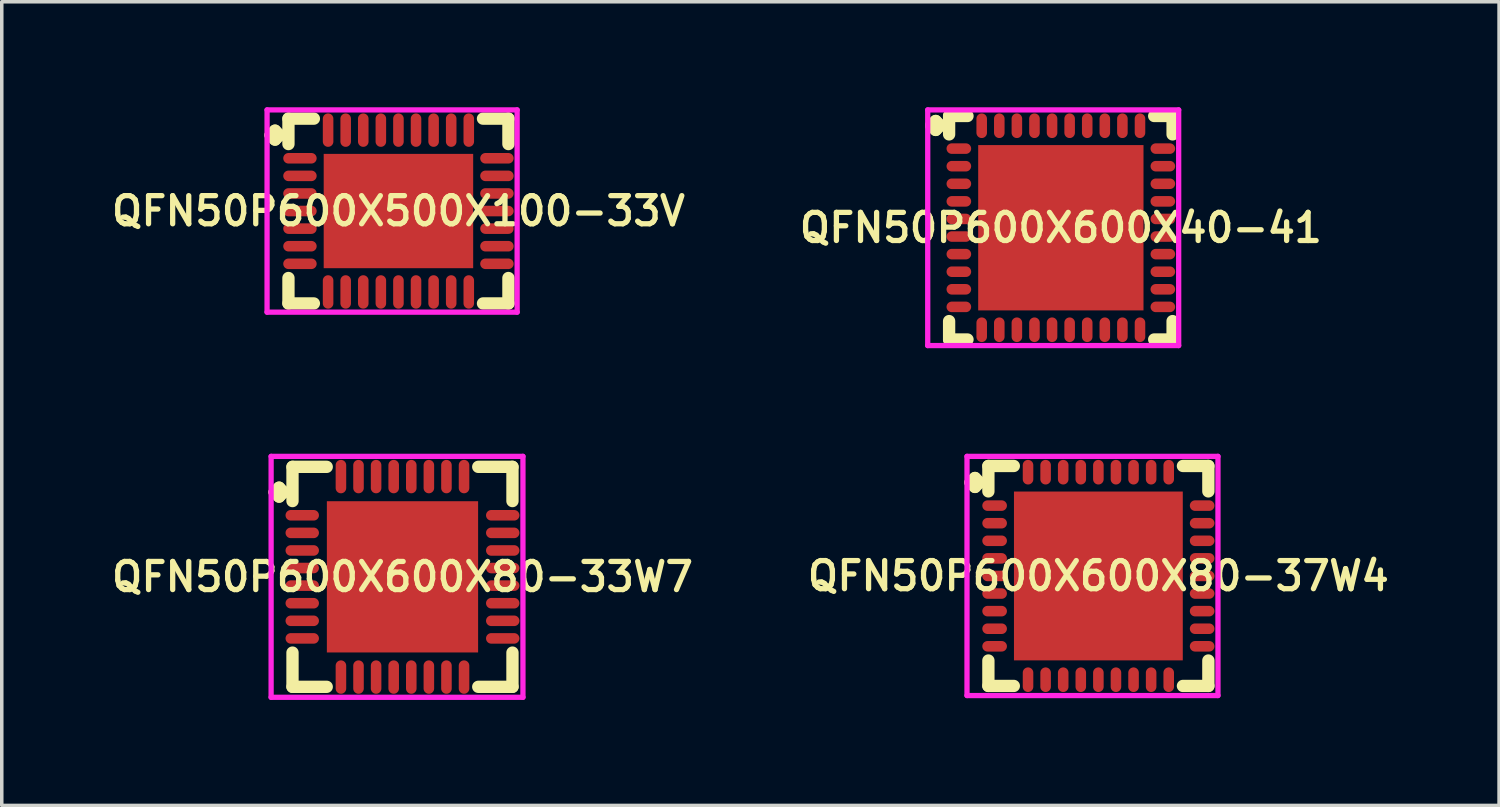
<source format=kicad_pcb>
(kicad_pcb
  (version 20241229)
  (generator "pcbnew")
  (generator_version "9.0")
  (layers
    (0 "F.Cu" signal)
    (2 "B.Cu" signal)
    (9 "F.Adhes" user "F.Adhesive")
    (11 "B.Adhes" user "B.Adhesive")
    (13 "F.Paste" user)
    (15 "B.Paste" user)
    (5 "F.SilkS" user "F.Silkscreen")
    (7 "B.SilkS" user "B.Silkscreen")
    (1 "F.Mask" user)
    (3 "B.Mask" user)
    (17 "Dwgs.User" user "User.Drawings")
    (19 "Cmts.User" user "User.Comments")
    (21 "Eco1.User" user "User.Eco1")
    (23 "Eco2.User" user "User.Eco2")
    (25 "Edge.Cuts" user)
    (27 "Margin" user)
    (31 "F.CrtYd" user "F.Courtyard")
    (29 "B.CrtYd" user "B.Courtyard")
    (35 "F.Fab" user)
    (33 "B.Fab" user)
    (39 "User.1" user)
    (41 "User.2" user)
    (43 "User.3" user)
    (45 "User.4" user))
  (footprint "QFN50P600X500X100-33V"
    (layer "F.Cu")
    (at 8.278 2.95)
    (property "Reference" "QFN50P600X500X100-33V" (at 0 0 0) (layer "F.SilkS") (effects (font (size 0.8 0.8) (thickness 0.15))))
    (attr smd)
    (fp_line (start -3.635 -2.158) (end -3.508 -2.285) (stroke (width 0.35) (type solid)) (layer "F.SilkS"))
    (fp_line (start -3.508 -2.285) (end -3.381 -2.158) (stroke (width 0.35) (type solid)) (layer "F.SilkS"))
    (fp_line (start -3.508 -2.031) (end -3.635 -2.158) (stroke (width 0.35) (type solid)) (layer "F.SilkS"))
    (fp_line (start -3.381 -2.158) (end -3.508 -2.031) (stroke (width 0.35) (type solid)) (layer "F.SilkS"))
    (fp_line (start -3.127 -2.627) (end -2.404 -2.627) (stroke (width 0.35) (type solid)) (layer "F.SilkS"))
    (fp_line (start -3.127 -1.904) (end -3.127 -2.627) (stroke (width 0.35) (type solid)) (layer "F.SilkS"))
    (fp_line (start -3.127 1.904) (end -3.127 2.627) (stroke (width 0.35) (type solid)) (layer "F.SilkS"))
    (fp_line (start -3.127 2.627) (end -2.404 2.627) (stroke (width 0.35) (type solid)) (layer "F.SilkS"))
    (fp_line (start 2.404 -2.627) (end 3.127 -2.627) (stroke (width 0.35) (type solid)) (layer "F.SilkS"))
    (fp_line (start 2.404 2.627) (end 3.127 2.627) (stroke (width 0.35) (type solid)) (layer "F.SilkS"))
    (fp_line (start 3.127 -2.627) (end 3.127 -1.904) (stroke (width 0.35) (type solid)) (layer "F.SilkS"))
    (fp_line (start 3.127 2.627) (end 3.127 1.904) (stroke (width 0.35) (type solid)) (layer "F.SilkS"))
    (fp_line (start -3.735 -2.875) (end 3.375 -2.875) (stroke (width 0.15) (type solid)) (layer "F.CrtYd"))
    (fp_line (start -3.735 2.875) (end -3.735 -2.875) (stroke (width 0.15) (type solid)) (layer "F.CrtYd"))
    (fp_line (start 3.375 -2.875) (end 3.375 2.875) (stroke (width 0.15) (type solid)) (layer "F.CrtYd"))
    (fp_line (start 3.375 2.875) (end -3.735 2.875) (stroke (width 0.15) (type solid)) (layer "F.CrtYd"))
    (pad "1" smd oval (at -2.8 -1.5) (size 0.95 0.3) (layers "F.Cu" "F.Mask" "F.Paste"))
    (pad "2" smd oval (at -2.8 -1) (size 0.95 0.3) (layers "F.Cu" "F.Mask" "F.Paste"))
    (pad "3" smd oval (at -2.8 -0.5) (size 0.95 0.3) (layers "F.Cu" "F.Mask" "F.Paste"))
    (pad "4" smd oval (at -2.8 0) (size 0.95 0.3) (layers "F.Cu" "F.Mask" "F.Paste"))
    (pad "5" smd oval (at -2.8 0.5) (size 0.95 0.3) (layers "F.Cu" "F.Mask" "F.Paste"))
    (pad "6" smd oval (at -2.8 1) (size 0.95 0.3) (layers "F.Cu" "F.Mask" "F.Paste"))
    (pad "7" smd oval (at -2.8 1.5) (size 0.95 0.3) (layers "F.Cu" "F.Mask" "F.Paste"))
    (pad "8" smd oval (at -2 2.3) (size 0.3 0.95) (layers "F.Cu" "F.Mask" "F.Paste"))
    (pad "9" smd oval (at -1.5 2.3) (size 0.3 0.95) (layers "F.Cu" "F.Mask" "F.Paste"))
    (pad "10" smd oval (at -1 2.3) (size 0.3 0.95) (layers "F.Cu" "F.Mask" "F.Paste"))
    (pad "11" smd oval (at -0.5 2.3) (size 0.3 0.95) (layers "F.Cu" "F.Mask" "F.Paste"))
    (pad "12" smd oval (at 0 2.3) (size 0.3 0.95) (layers "F.Cu" "F.Mask" "F.Paste"))
    (pad "13" smd oval (at 0.5 2.3) (size 0.3 0.95) (layers "F.Cu" "F.Mask" "F.Paste"))
    (pad "14" smd oval (at 1 2.3) (size 0.3 0.95) (layers "F.Cu" "F.Mask" "F.Paste"))
    (pad "15" smd oval (at 1.5 2.3) (size 0.3 0.95) (layers "F.Cu" "F.Mask" "F.Paste"))
    (pad "16" smd oval (at 2 2.3) (size 0.3 0.95) (layers "F.Cu" "F.Mask" "F.Paste"))
    (pad "17" smd oval (at 2.8 1.5) (size 0.95 0.3) (layers "F.Cu" "F.Mask" "F.Paste"))
    (pad "18" smd oval (at 2.8 1) (size 0.95 0.3) (layers "F.Cu" "F.Mask" "F.Paste"))
    (pad "19" smd oval (at 2.8 0.5) (size 0.95 0.3) (layers "F.Cu" "F.Mask" "F.Paste"))
    (pad "20" smd oval (at 2.8 0) (size 0.95 0.3) (layers "F.Cu" "F.Mask" "F.Paste"))
    (pad "21" smd oval (at 2.8 -0.5) (size 0.95 0.3) (layers "F.Cu" "F.Mask" "F.Paste"))
    (pad "22" smd oval (at 2.8 -1) (size 0.95 0.3) (layers "F.Cu" "F.Mask" "F.Paste"))
    (pad "23" smd oval (at 2.8 -1.5) (size 0.95 0.3) (layers "F.Cu" "F.Mask" "F.Paste"))
    (pad "24" smd oval (at 2 -2.3) (size 0.3 0.95) (layers "F.Cu" "F.Mask" "F.Paste"))
    (pad "25" smd oval (at 1.5 -2.3) (size 0.3 0.95) (layers "F.Cu" "F.Mask" "F.Paste"))
    (pad "26" smd oval (at 1 -2.3) (size 0.3 0.95) (layers "F.Cu" "F.Mask" "F.Paste"))
    (pad "27" smd oval (at 0.5 -2.3) (size 0.3 0.95) (layers "F.Cu" "F.Mask" "F.Paste"))
    (pad "28" smd oval (at 0 -2.3) (size 0.3 0.95) (layers "F.Cu" "F.Mask" "F.Paste"))
    (pad "29" smd oval (at -0.5 -2.3) (size 0.3 0.95) (layers "F.Cu" "F.Mask" "F.Paste"))
    (pad "30" smd oval (at -1 -2.3) (size 0.3 0.95) (layers "F.Cu" "F.Mask" "F.Paste"))
    (pad "31" smd oval (at -1.5 -2.3) (size 0.3 0.95) (layers "F.Cu" "F.Mask" "F.Paste"))
    (pad "32" smd oval (at -2 -2.3) (size 0.3 0.95) (layers "F.Cu" "F.Mask" "F.Paste"))
    (pad "33" smd rect (at 0 0) (size 4.25 3.25) (layers "F.Cu" "F.Mask" "F.Paste")))
  (footprint "QFN50P600X600X80-37W4"
    (layer "F.Cu")
    (at 28.178 13.325)
    (property "Reference" "QFN50P600X600X80-37W4" (at 0 0 0) (layer "F.SilkS") (effects (font (size 0.8 0.8) (thickness 0.15))))
    (attr through_hole)
    (fp_line (start -3.635 -2.658) (end -3.508 -2.785) (stroke (width 0.35) (type solid)) (layer "F.SilkS"))
    (fp_line (start -3.508 -2.785) (end -3.381 -2.658) (stroke (width 0.35) (type solid)) (layer "F.SilkS"))
    (fp_line (start -3.508 -2.531) (end -3.635 -2.658) (stroke (width 0.35) (type solid)) (layer "F.SilkS"))
    (fp_line (start -3.381 -2.658) (end -3.508 -2.531) (stroke (width 0.35) (type solid)) (layer "F.SilkS"))
    (fp_line (start -3.127 -3.127) (end -2.404 -3.127) (stroke (width 0.35) (type solid)) (layer "F.SilkS"))
    (fp_line (start -3.127 -2.404) (end -3.127 -3.127) (stroke (width 0.35) (type solid)) (layer "F.SilkS"))
    (fp_line (start -3.127 2.404) (end -3.127 3.127) (stroke (width 0.35) (type solid)) (layer "F.SilkS"))
    (fp_line (start -3.127 3.127) (end -2.404 3.127) (stroke (width 0.35) (type solid)) (layer "F.SilkS"))
    (fp_line (start 2.404 -3.127) (end 3.127 -3.127) (stroke (width 0.35) (type solid)) (layer "F.SilkS"))
    (fp_line (start 2.404 3.127) (end 3.127 3.127) (stroke (width 0.35) (type solid)) (layer "F.SilkS"))
    (fp_line (start 3.127 -3.127) (end 3.127 -2.404) (stroke (width 0.35) (type solid)) (layer "F.SilkS"))
    (fp_line (start 3.127 3.127) (end 3.127 2.404) (stroke (width 0.35) (type solid)) (layer "F.SilkS"))
    (fp_line (start -3.735 -3.4) (end 3.4 -3.4) (stroke (width 0.15) (type solid)) (layer "F.CrtYd"))
    (fp_line (start -3.735 3.4) (end -3.735 -3.4) (stroke (width 0.15) (type solid)) (layer "F.CrtYd"))
    (fp_line (start 3.4 -3.4) (end 3.4 3.4) (stroke (width 0.15) (type solid)) (layer "F.CrtYd"))
    (fp_line (start 3.4 3.4) (end -3.735 3.4) (stroke (width 0.15) (type solid)) (layer "F.CrtYd"))
    (pad "1" smd oval (at -2.95 -2) (size 0.7 0.3) (layers "F.Cu" "F.Mask" "F.Paste"))
    (pad "2" smd oval (at -2.95 -1.5) (size 0.7 0.3) (layers "F.Cu" "F.Mask" "F.Paste"))
    (pad "3" smd oval (at -2.95 -1) (size 0.7 0.3) (layers "F.Cu" "F.Mask" "F.Paste"))
    (pad "4" smd oval (at -2.95 -0.5) (size 0.7 0.3) (layers "F.Cu" "F.Mask" "F.Paste"))
    (pad "5" smd oval (at -2.95 0) (size 0.7 0.3) (layers "F.Cu" "F.Mask" "F.Paste"))
    (pad "6" smd oval (at -2.95 0.5) (size 0.7 0.3) (layers "F.Cu" "F.Mask" "F.Paste"))
    (pad "7" smd oval (at -2.95 1) (size 0.7 0.3) (layers "F.Cu" "F.Mask" "F.Paste"))
    (pad "8" smd oval (at -2.95 1.5) (size 0.7 0.3) (layers "F.Cu" "F.Mask" "F.Paste"))
    (pad "9" smd oval (at -2.95 2) (size 0.7 0.3) (layers "F.Cu" "F.Mask" "F.Paste"))
    (pad "10" smd oval (at -2 2.95) (size 0.3 0.7) (layers "F.Cu" "F.Mask" "F.Paste"))
    (pad "11" smd oval (at -1.5 2.95) (size 0.3 0.7) (layers "F.Cu" "F.Mask" "F.Paste"))
    (pad "12" smd oval (at -1 2.95) (size 0.3 0.7) (layers "F.Cu" "F.Mask" "F.Paste"))
    (pad "13" smd oval (at -0.5 2.95) (size 0.3 0.7) (layers "F.Cu" "F.Mask" "F.Paste"))
    (pad "14" smd oval (at 0 2.95) (size 0.3 0.7) (layers "F.Cu" "F.Mask" "F.Paste"))
    (pad "15" smd oval (at 0.5 2.95) (size 0.3 0.7) (layers "F.Cu" "F.Mask" "F.Paste"))
    (pad "16" smd oval (at 1 2.95) (size 0.3 0.7) (layers "F.Cu" "F.Mask" "F.Paste"))
    (pad "17" smd oval (at 1.5 2.95) (size 0.3 0.7) (layers "F.Cu" "F.Mask" "F.Paste"))
    (pad "18" smd oval (at 2 2.95) (size 0.3 0.7) (layers "F.Cu" "F.Mask" "F.Paste"))
    (pad "19" smd oval (at 2.95 2) (size 0.7 0.3) (layers "F.Cu" "F.Mask" "F.Paste"))
    (pad "20" smd oval (at 2.95 1.5) (size 0.7 0.3) (layers "F.Cu" "F.Mask" "F.Paste"))
    (pad "21" smd oval (at 2.95 1) (size 0.7 0.3) (layers "F.Cu" "F.Mask" "F.Paste"))
    (pad "22" smd oval (at 2.95 0.5) (size 0.7 0.3) (layers "F.Cu" "F.Mask" "F.Paste"))
    (pad "23" smd oval (at 2.95 0) (size 0.7 0.3) (layers "F.Cu" "F.Mask" "F.Paste"))
    (pad "24" smd oval (at 2.95 -0.5) (size 0.7 0.3) (layers "F.Cu" "F.Mask" "F.Paste"))
    (pad "25" smd oval (at 2.95 -1) (size 0.7 0.3) (layers "F.Cu" "F.Mask" "F.Paste"))
    (pad "26" smd oval (at 2.95 -1.5) (size 0.7 0.3) (layers "F.Cu" "F.Mask" "F.Paste"))
    (pad "27" smd oval (at 2.95 -2) (size 0.7 0.3) (layers "F.Cu" "F.Mask" "F.Paste"))
    (pad "28" smd oval (at 2 -2.95) (size 0.3 0.7) (layers "F.Cu" "F.Mask" "F.Paste"))
    (pad "29" smd oval (at 1.5 -2.95) (size 0.3 0.7) (layers "F.Cu" "F.Mask" "F.Paste"))
    (pad "30" smd oval (at 1 -2.95) (size 0.3 0.7) (layers "F.Cu" "F.Mask" "F.Paste"))
    (pad "31" smd oval (at 0.5 -2.95) (size 0.3 0.7) (layers "F.Cu" "F.Mask" "F.Paste"))
    (pad "32" smd oval (at 0 -2.95) (size 0.3 0.7) (layers "F.Cu" "F.Mask" "F.Paste"))
    (pad "33" smd oval (at -0.5 -2.95) (size 0.3 0.7) (layers "F.Cu" "F.Mask" "F.Paste"))
    (pad "34" smd oval (at -1 -2.95) (size 0.3 0.7) (layers "F.Cu" "F.Mask" "F.Paste"))
    (pad "35" smd oval (at -1.5 -2.95) (size 0.3 0.7) (layers "F.Cu" "F.Mask" "F.Paste"))
    (pad "36" smd oval (at -2 -2.95) (size 0.3 0.7) (layers "F.Cu" "F.Mask" "F.Paste"))
    (pad "37" smd rect (at 0 0) (size 4.8 4.8) (layers "F.Cu" "F.Mask" "F.Paste")))
  (footprint "QFN50P600X600X80-33W7"
    (layer "F.Cu")
    (at 8.393 13.35)
    (property "Reference" "QFN50P600X600X80-33W7" (at 0 0 0) (layer "F.SilkS") (effects (font (size 0.8 0.8) (thickness 0.15))))
    (attr through_hole)
    (fp_line (start -3.635 -2.408) (end -3.508 -2.535) (stroke (width 0.35) (type solid)) (layer "F.SilkS"))
    (fp_line (start -3.508 -2.535) (end -3.381 -2.408) (stroke (width 0.35) (type solid)) (layer "F.SilkS"))
    (fp_line (start -3.508 -2.281) (end -3.635 -2.408) (stroke (width 0.35) (type solid)) (layer "F.SilkS"))
    (fp_line (start -3.381 -2.408) (end -3.508 -2.281) (stroke (width 0.35) (type solid)) (layer "F.SilkS"))
    (fp_line (start -3.127 -3.127) (end -2.154 -3.127) (stroke (width 0.35) (type solid)) (layer "F.SilkS"))
    (fp_line (start -3.127 -2.154) (end -3.127 -3.127) (stroke (width 0.35) (type solid)) (layer "F.SilkS"))
    (fp_line (start -3.127 2.154) (end -3.127 3.127) (stroke (width 0.35) (type solid)) (layer "F.SilkS"))
    (fp_line (start -3.127 3.127) (end -2.154 3.127) (stroke (width 0.35) (type solid)) (layer "F.SilkS"))
    (fp_line (start 2.154 -3.127) (end 3.127 -3.127) (stroke (width 0.35) (type solid)) (layer "F.SilkS"))
    (fp_line (start 2.154 3.127) (end 3.127 3.127) (stroke (width 0.35) (type solid)) (layer "F.SilkS"))
    (fp_line (start 3.127 -3.127) (end 3.127 -2.154) (stroke (width 0.35) (type solid)) (layer "F.SilkS"))
    (fp_line (start 3.127 3.127) (end 3.127 2.154) (stroke (width 0.35) (type solid)) (layer "F.SilkS"))
    (fp_line (start -3.735 -3.425) (end 3.425 -3.425) (stroke (width 0.15) (type solid)) (layer "F.CrtYd"))
    (fp_line (start -3.735 3.425) (end -3.735 -3.425) (stroke (width 0.15) (type solid)) (layer "F.CrtYd"))
    (fp_line (start 3.425 -3.425) (end 3.425 3.425) (stroke (width 0.15) (type solid)) (layer "F.CrtYd"))
    (fp_line (start 3.425 3.425) (end -3.735 3.425) (stroke (width 0.15) (type solid)) (layer "F.CrtYd"))
    (pad "1" smd oval (at -2.85 -1.75) (size 0.95 0.3) (layers "F.Cu" "F.Mask" "F.Paste"))
    (pad "2" smd oval (at -2.85 -1.25) (size 0.95 0.3) (layers "F.Cu" "F.Mask" "F.Paste"))
    (pad "3" smd oval (at -2.85 -0.75) (size 0.95 0.3) (layers "F.Cu" "F.Mask" "F.Paste"))
    (pad "4" smd oval (at -2.85 -0.25) (size 0.95 0.3) (layers "F.Cu" "F.Mask" "F.Paste"))
    (pad "5" smd oval (at -2.85 0.25) (size 0.95 0.3) (layers "F.Cu" "F.Mask" "F.Paste"))
    (pad "6" smd oval (at -2.85 0.75) (size 0.95 0.3) (layers "F.Cu" "F.Mask" "F.Paste"))
    (pad "7" smd oval (at -2.85 1.25) (size 0.95 0.3) (layers "F.Cu" "F.Mask" "F.Paste"))
    (pad "8" smd oval (at -2.85 1.75) (size 0.95 0.3) (layers "F.Cu" "F.Mask" "F.Paste"))
    (pad "9" smd oval (at -1.75 2.85) (size 0.3 0.95) (layers "F.Cu" "F.Mask" "F.Paste"))
    (pad "10" smd oval (at -1.25 2.85) (size 0.3 0.95) (layers "F.Cu" "F.Mask" "F.Paste"))
    (pad "11" smd oval (at -0.75 2.85) (size 0.3 0.95) (layers "F.Cu" "F.Mask" "F.Paste"))
    (pad "12" smd oval (at -0.25 2.85) (size 0.3 0.95) (layers "F.Cu" "F.Mask" "F.Paste"))
    (pad "13" smd oval (at 0.25 2.85) (size 0.3 0.95) (layers "F.Cu" "F.Mask" "F.Paste"))
    (pad "14" smd oval (at 0.75 2.85) (size 0.3 0.95) (layers "F.Cu" "F.Mask" "F.Paste"))
    (pad "15" smd oval (at 1.25 2.85) (size 0.3 0.95) (layers "F.Cu" "F.Mask" "F.Paste"))
    (pad "16" smd oval (at 1.75 2.85) (size 0.3 0.95) (layers "F.Cu" "F.Mask" "F.Paste"))
    (pad "17" smd oval (at 2.85 1.75) (size 0.95 0.3) (layers "F.Cu" "F.Mask" "F.Paste"))
    (pad "18" smd oval (at 2.85 1.25) (size 0.95 0.3) (layers "F.Cu" "F.Mask" "F.Paste"))
    (pad "19" smd oval (at 2.85 0.75) (size 0.95 0.3) (layers "F.Cu" "F.Mask" "F.Paste"))
    (pad "20" smd oval (at 2.85 0.25) (size 0.95 0.3) (layers "F.Cu" "F.Mask" "F.Paste"))
    (pad "21" smd oval (at 2.85 -0.25) (size 0.95 0.3) (layers "F.Cu" "F.Mask" "F.Paste"))
    (pad "22" smd oval (at 2.85 -0.75) (size 0.95 0.3) (layers "F.Cu" "F.Mask" "F.Paste"))
    (pad "23" smd oval (at 2.85 -1.25) (size 0.95 0.3) (layers "F.Cu" "F.Mask" "F.Paste"))
    (pad "24" smd oval (at 2.85 -1.75) (size 0.95 0.3) (layers "F.Cu" "F.Mask" "F.Paste"))
    (pad "25" smd oval (at 1.75 -2.85) (size 0.3 0.95) (layers "F.Cu" "F.Mask" "F.Paste"))
    (pad "26" smd oval (at 1.25 -2.85) (size 0.3 0.95) (layers "F.Cu" "F.Mask" "F.Paste"))
    (pad "27" smd oval (at 0.75 -2.85) (size 0.3 0.95) (layers "F.Cu" "F.Mask" "F.Paste"))
    (pad "28" smd oval (at 0.25 -2.85) (size 0.3 0.95) (layers "F.Cu" "F.Mask" "F.Paste"))
    (pad "29" smd oval (at -0.25 -2.85) (size 0.3 0.95) (layers "F.Cu" "F.Mask" "F.Paste"))
    (pad "30" smd oval (at -0.75 -2.85) (size 0.3 0.95) (layers "F.Cu" "F.Mask" "F.Paste"))
    (pad "31" smd oval (at -1.25 -2.85) (size 0.3 0.95) (layers "F.Cu" "F.Mask" "F.Paste"))
    (pad "32" smd oval (at -1.75 -2.85) (size 0.3 0.95) (layers "F.Cu" "F.Mask" "F.Paste"))
    (pad "33" smd rect (at 0 0) (size 4.3 4.3) (layers "F.Cu" "F.Mask" "F.Paste")))
  (footprint "QFN50P600X600X40-41"
    (layer "F.Cu")
    (at 27.111 3.425)
    (property "Reference" "QFN50P600X600X40-41" (at 0 0 0) (layer "F.SilkS") (effects (font (size 0.8 0.8) (thickness 0.15))))
    (attr through_hole)
    (fp_line (start -3.685 -2.908) (end -3.558 -3.035) (stroke (width 0.35) (type solid)) (layer "F.SilkS"))
    (fp_line (start -3.558 -3.035) (end -3.431 -2.908) (stroke (width 0.35) (type solid)) (layer "F.SilkS"))
    (fp_line (start -3.558 -2.781) (end -3.685 -2.908) (stroke (width 0.35) (type solid)) (layer "F.SilkS"))
    (fp_line (start -3.431 -2.908) (end -3.558 -2.781) (stroke (width 0.35) (type solid)) (layer "F.SilkS"))
    (fp_line (start -3.177 -3.177) (end -2.654 -3.177) (stroke (width 0.35) (type solid)) (layer "F.SilkS"))
    (fp_line (start -3.177 -2.654) (end -3.177 -3.177) (stroke (width 0.35) (type solid)) (layer "F.SilkS"))
    (fp_line (start -3.177 2.654) (end -3.177 3.177) (stroke (width 0.35) (type solid)) (layer "F.SilkS"))
    (fp_line (start -3.177 3.177) (end -2.654 3.177) (stroke (width 0.35) (type solid)) (layer "F.SilkS"))
    (fp_line (start 2.654 -3.177) (end 3.177 -3.177) (stroke (width 0.35) (type solid)) (layer "F.SilkS"))
    (fp_line (start 2.654 3.177) (end 3.177 3.177) (stroke (width 0.35) (type solid)) (layer "F.SilkS"))
    (fp_line (start 3.177 -3.177) (end 3.177 -2.654) (stroke (width 0.35) (type solid)) (layer "F.SilkS"))
    (fp_line (start 3.177 3.177) (end 3.177 2.654) (stroke (width 0.35) (type solid)) (layer "F.SilkS"))
    (fp_line (start -3.785 -3.35) (end 3.35 -3.35) (stroke (width 0.15) (type solid)) (layer "F.CrtYd"))
    (fp_line (start -3.785 3.35) (end -3.785 -3.35) (stroke (width 0.15) (type solid)) (layer "F.CrtYd"))
    (fp_line (start 3.35 -3.35) (end 3.35 3.35) (stroke (width 0.15) (type solid)) (layer "F.CrtYd"))
    (fp_line (start 3.35 3.35) (end -3.785 3.35) (stroke (width 0.15) (type solid)) (layer "F.CrtYd"))
    (pad "1" smd oval (at -2.9 -2.25) (size 0.7 0.3) (layers "F.Cu" "F.Mask" "F.Paste"))
    (pad "2" smd oval (at -2.9 -1.75) (size 0.7 0.3) (layers "F.Cu" "F.Mask" "F.Paste"))
    (pad "3" smd oval (at -2.9 -1.25) (size 0.7 0.3) (layers "F.Cu" "F.Mask" "F.Paste"))
    (pad "4" smd oval (at -2.9 -0.75) (size 0.7 0.3) (layers "F.Cu" "F.Mask" "F.Paste"))
    (pad "5" smd oval (at -2.9 -0.25) (size 0.7 0.3) (layers "F.Cu" "F.Mask" "F.Paste"))
    (pad "6" smd oval (at -2.9 0.25) (size 0.7 0.3) (layers "F.Cu" "F.Mask" "F.Paste"))
    (pad "7" smd oval (at -2.9 0.75) (size 0.7 0.3) (layers "F.Cu" "F.Mask" "F.Paste"))
    (pad "8" smd oval (at -2.9 1.25) (size 0.7 0.3) (layers "F.Cu" "F.Mask" "F.Paste"))
    (pad "9" smd oval (at -2.9 1.75) (size 0.7 0.3) (layers "F.Cu" "F.Mask" "F.Paste"))
    (pad "10" smd oval (at -2.9 2.25) (size 0.7 0.3) (layers "F.Cu" "F.Mask" "F.Paste"))
    (pad "11" smd oval (at -2.25 2.9) (size 0.3 0.7) (layers "F.Cu" "F.Mask" "F.Paste"))
    (pad "12" smd oval (at -1.75 2.9) (size 0.3 0.7) (layers "F.Cu" "F.Mask" "F.Paste"))
    (pad "13" smd oval (at -1.25 2.9) (size 0.3 0.7) (layers "F.Cu" "F.Mask" "F.Paste"))
    (pad "14" smd oval (at -0.75 2.9) (size 0.3 0.7) (layers "F.Cu" "F.Mask" "F.Paste"))
    (pad "15" smd oval (at -0.25 2.9) (size 0.3 0.7) (layers "F.Cu" "F.Mask" "F.Paste"))
    (pad "16" smd oval (at 0.25 2.9) (size 0.3 0.7) (layers "F.Cu" "F.Mask" "F.Paste"))
    (pad "17" smd oval (at 0.75 2.9) (size 0.3 0.7) (layers "F.Cu" "F.Mask" "F.Paste"))
    (pad "18" smd oval (at 1.25 2.9) (size 0.3 0.7) (layers "F.Cu" "F.Mask" "F.Paste"))
    (pad "19" smd oval (at 1.75 2.9) (size 0.3 0.7) (layers "F.Cu" "F.Mask" "F.Paste"))
    (pad "20" smd oval (at 2.25 2.9) (size 0.3 0.7) (layers "F.Cu" "F.Mask" "F.Paste"))
    (pad "21" smd oval (at 2.9 2.25) (size 0.7 0.3) (layers "F.Cu" "F.Mask" "F.Paste"))
    (pad "22" smd oval (at 2.9 1.75) (size 0.7 0.3) (layers "F.Cu" "F.Mask" "F.Paste"))
    (pad "23" smd oval (at 2.9 1.25) (size 0.7 0.3) (layers "F.Cu" "F.Mask" "F.Paste"))
    (pad "24" smd oval (at 2.9 0.75) (size 0.7 0.3) (layers "F.Cu" "F.Mask" "F.Paste"))
    (pad "25" smd oval (at 2.9 0.25) (size 0.7 0.3) (layers "F.Cu" "F.Mask" "F.Paste"))
    (pad "26" smd oval (at 2.9 -0.25) (size 0.7 0.3) (layers "F.Cu" "F.Mask" "F.Paste"))
    (pad "27" smd oval (at 2.9 -0.75) (size 0.7 0.3) (layers "F.Cu" "F.Mask" "F.Paste"))
    (pad "28" smd oval (at 2.9 -1.25) (size 0.7 0.3) (layers "F.Cu" "F.Mask" "F.Paste"))
    (pad "29" smd oval (at 2.9 -1.75) (size 0.7 0.3) (layers "F.Cu" "F.Mask" "F.Paste"))
    (pad "30" smd oval (at 2.9 -2.25) (size 0.7 0.3) (layers "F.Cu" "F.Mask" "F.Paste"))
    (pad "31" smd oval (at 2.25 -2.9) (size 0.3 0.7) (layers "F.Cu" "F.Mask" "F.Paste"))
    (pad "32" smd oval (at 1.75 -2.9) (size 0.3 0.7) (layers "F.Cu" "F.Mask" "F.Paste"))
    (pad "33" smd oval (at 1.25 -2.9) (size 0.3 0.7) (layers "F.Cu" "F.Mask" "F.Paste"))
    (pad "34" smd oval (at 0.75 -2.9) (size 0.3 0.7) (layers "F.Cu" "F.Mask" "F.Paste"))
    (pad "35" smd oval (at 0.25 -2.9) (size 0.3 0.7) (layers "F.Cu" "F.Mask" "F.Paste"))
    (pad "36" smd oval (at -0.25 -2.9) (size 0.3 0.7) (layers "F.Cu" "F.Mask" "F.Paste"))
    (pad "37" smd oval (at -0.75 -2.9) (size 0.3 0.7) (layers "F.Cu" "F.Mask" "F.Paste"))
    (pad "38" smd oval (at -1.25 -2.9) (size 0.3 0.7) (layers "F.Cu" "F.Mask" "F.Paste"))
    (pad "39" smd oval (at -1.75 -2.9) (size 0.3 0.7) (layers "F.Cu" "F.Mask" "F.Paste"))
    (pad "40" smd oval (at -2.25 -2.9) (size 0.3 0.7) (layers "F.Cu" "F.Mask" "F.Paste"))
    (pad "41" smd rect (at 0 0) (size 4.7 4.7) (layers "F.Cu" "F.Mask" "F.Paste")))
  (gr_rect
    (start -3 -3)
    (end 39.57 19.85)
    (stroke (width 0.1) (type default))
    (fill no)
    (layer "Edge.Cuts")))
</source>
